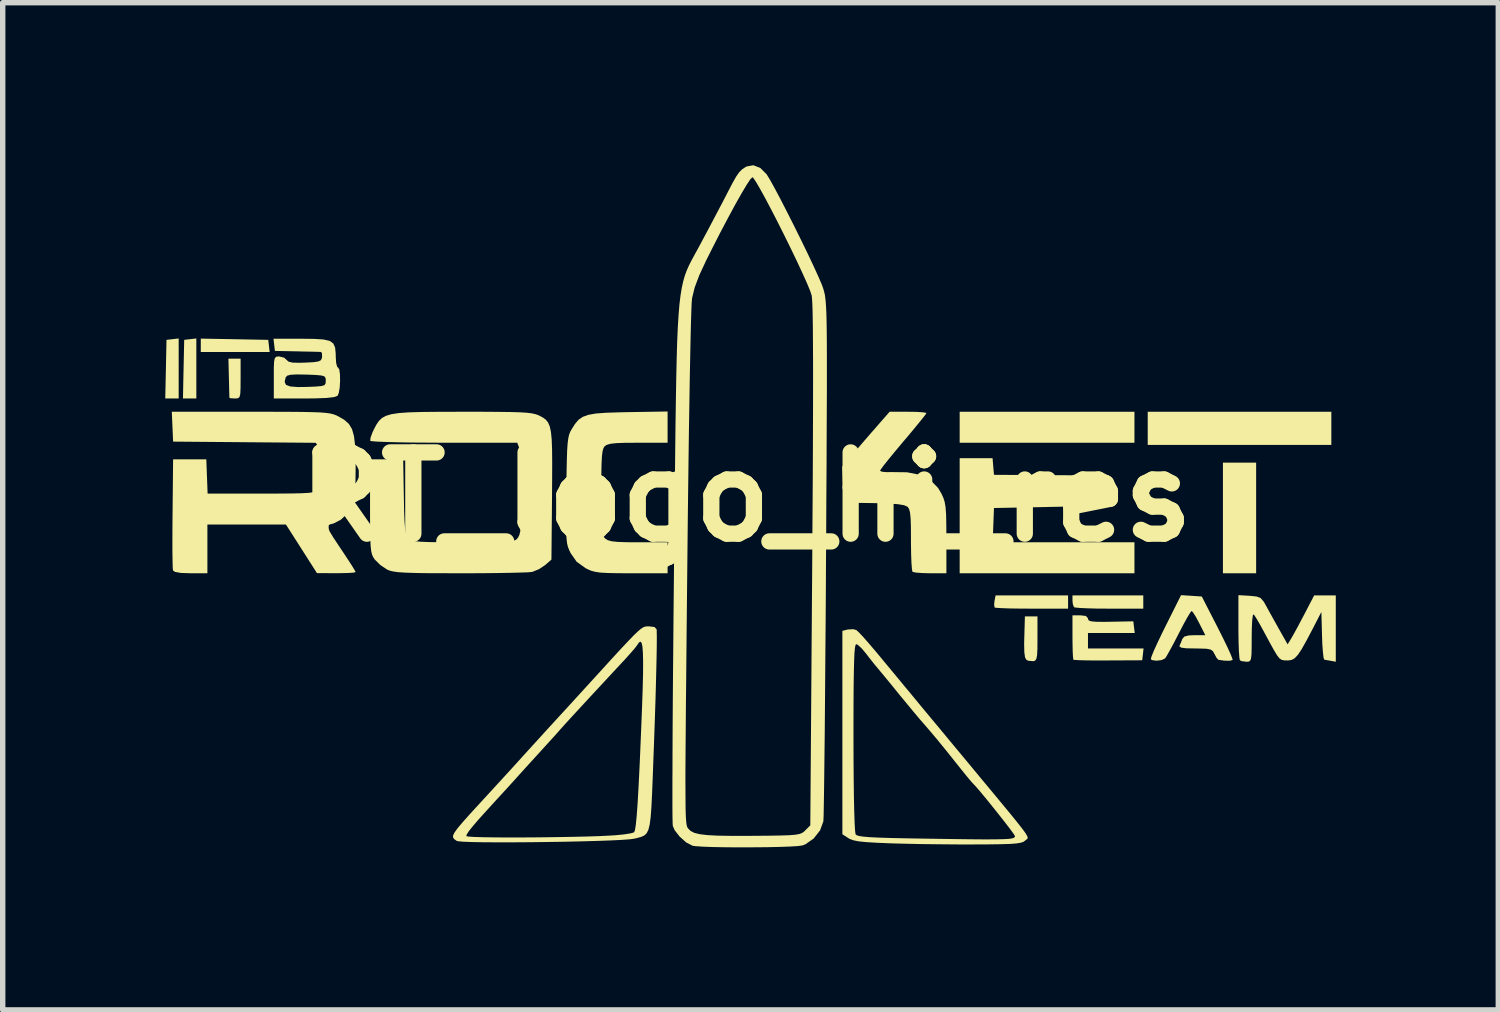
<source format=kicad_pcb>
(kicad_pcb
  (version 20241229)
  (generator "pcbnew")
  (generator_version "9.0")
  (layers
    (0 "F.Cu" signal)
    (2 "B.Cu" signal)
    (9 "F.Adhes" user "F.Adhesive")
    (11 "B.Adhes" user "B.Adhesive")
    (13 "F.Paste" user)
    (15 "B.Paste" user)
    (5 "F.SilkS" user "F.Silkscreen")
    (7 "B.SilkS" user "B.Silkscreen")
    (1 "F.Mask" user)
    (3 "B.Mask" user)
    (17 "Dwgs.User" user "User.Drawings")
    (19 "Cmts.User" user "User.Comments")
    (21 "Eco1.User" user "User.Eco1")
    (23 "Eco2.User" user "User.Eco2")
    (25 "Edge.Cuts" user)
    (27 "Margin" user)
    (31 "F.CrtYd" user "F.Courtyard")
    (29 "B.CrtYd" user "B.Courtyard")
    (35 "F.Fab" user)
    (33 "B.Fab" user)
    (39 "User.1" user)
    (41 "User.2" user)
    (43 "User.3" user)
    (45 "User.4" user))
  (footprint "RT_logo_hi_res"
    (layer "F.Cu")
    (at 10.722 6.122)
    (property "Reference" "RT_logo_hi_res" (at 0 0 0) (layer "F.SilkS") (effects (font (size 1.5 1.5) (thickness 0.3))))
    (attr board_only exclude_from_pos_files exclude_from_bom)
    (fp_poly (pts (xy -10.474 -2.371) (xy -10.474 -1.817) (xy -10.598 -1.817) (xy -10.722 -1.817) (xy -10.71 -2.358) (xy -10.699 -2.899) (xy -10.587 -2.912) (xy -10.474 -2.925)) (stroke (width 0) (type solid)) (fill yes) (layer "F.SilkS"))
    (fp_poly (pts (xy -10.148 -2.371) (xy -10.148 -1.817) (xy -10.271 -1.817) (xy -10.395 -1.817) (xy -10.384 -2.358) (xy -10.372 -2.899) (xy -10.26 -2.912) (xy -10.148 -2.925)) (stroke (width 0) (type solid)) (fill yes) (layer "F.SilkS"))
    (fp_poly (pts (xy -9.443 -2.911) (xy -8.821 -2.899) (xy -8.808 -2.787) (xy -8.795 -2.675) (xy -9.43 -2.675) (xy -10.066 -2.675) (xy -10.066 -2.798) (xy -10.066 -2.922)) (stroke (width 0) (type solid)) (fill yes) (layer "F.SilkS"))
    (fp_poly (pts (xy 7.167 -1.286) (xy 7.167 -1) (xy 5.554 -1) (xy 3.941 -1) (xy 3.941 -1.286) (xy 3.941 -1.572) (xy 5.554 -1.572) (xy 7.167 -1.572)) (stroke (width 0) (type solid)) (fill yes) (layer "F.SilkS"))
    (fp_poly (pts (xy 9.413 0.388) (xy 9.413 1.409) (xy 9.106 1.409) (xy 8.8 1.409) (xy 8.8 0.388) (xy 8.8 -0.633) (xy 9.106 -0.633) (xy 9.413 -0.633)) (stroke (width 0) (type solid)) (fill yes) (layer "F.SilkS"))
    (fp_poly (pts (xy 10.801 -1.266) (xy 10.801 -0.96) (xy 9.106 -0.96) (xy 7.412 -0.96) (xy 7.412 -1.266) (xy 7.412 -1.572) (xy 9.106 -1.572) (xy 10.801 -1.572)) (stroke (width 0) (type solid)) (fill yes) (layer "F.SilkS"))
    (fp_poly (pts (xy 5.942 1.94) (xy 5.942 2.062) (xy 5.275 2.062) (xy 5.05 2.061) (xy 4.854 2.058) (xy 4.703 2.052) (xy 4.609 2.046) (xy 4.586 2.041) (xy 4.577 1.989) (xy 4.584 1.918) (xy 4.604 1.817) (xy 5.273 1.817) (xy 5.942 1.817)) (stroke (width 0) (type solid)) (fill yes) (layer "F.SilkS"))
    (fp_poly (pts (xy 7.33 1.94) (xy 7.33 2.062) (xy 6.704 2.062) (xy 6.486 2.061) (xy 6.297 2.056) (xy 6.152 2.049) (xy 6.067 2.04) (xy 6.051 2.035) (xy 6.029 1.977) (xy 6.023 1.912) (xy 6.023 1.817) (xy 6.677 1.817) (xy 7.33 1.817)) (stroke (width 0) (type solid)) (fill yes) (layer "F.SilkS"))
    (fp_poly (pts (xy 5.377 2.614) (xy 5.376 2.801) (xy 5.37 2.921) (xy 5.356 2.99) (xy 5.333 3.022) (xy 5.302 3.032) (xy 5.21 3.024) (xy 5.174 3.008) (xy 5.148 2.964) (xy 5.134 2.864) (xy 5.131 2.7) (xy 5.134 2.59) (xy 5.145 2.205) (xy 5.261 2.205) (xy 5.377 2.205)) (stroke (width 0) (type solid)) (fill yes) (layer "F.SilkS"))
    (fp_poly (pts (xy -9.443 -2.552) (xy -9.331 -2.552) (xy -9.331 -2.185) (xy -9.332 -2.011) (xy -9.337 -1.903) (xy -9.351 -1.845) (xy -9.379 -1.822) (xy -9.424 -1.817) (xy -9.433 -1.817) (xy -9.511 -1.821) (xy -9.537 -1.827) (xy -9.539 -1.87) (xy -9.542 -1.975) (xy -9.545 -2.123) (xy -9.547 -2.195) (xy -9.556 -2.552)) (stroke (width 0) (type solid)) (fill yes) (layer "F.SilkS"))
    (fp_poly (pts (xy 4.561 -0.561) (xy 4.574 -0.408) (xy 5.635 -0.402) (xy 6.697 -0.396) (xy 6.697 -0.116) (xy 6.697 0.163) (xy 5.635 0.184) (xy 4.574 0.204) (xy 4.562 0.521) (xy 4.55 0.837) (xy 5.858 0.837) (xy 7.167 0.837) (xy 7.167 1.123) (xy 7.167 1.409) (xy 5.554 1.409) (xy 3.941 1.409) (xy 3.941 0.347) (xy 3.941 -0.715) (xy 4.244 -0.715) (xy 4.548 -0.715)) (stroke (width 0) (type solid)) (fill yes) (layer "F.SilkS"))
    (fp_poly (pts (xy 6.27 2.197) (xy 6.308 2.238) (xy 6.309 2.248) (xy 6.32 2.277) (xy 6.363 2.295) (xy 6.451 2.304) (xy 6.598 2.306) (xy 6.728 2.304) (xy 7.146 2.296) (xy 7.159 2.404) (xy 7.172 2.511) (xy 6.741 2.511) (xy 6.309 2.511) (xy 6.309 2.654) (xy 6.309 2.797) (xy 6.822 2.797) (xy 7.335 2.797) (xy 7.323 2.906) (xy 7.31 3.015) (xy 6.684 3.018) (xy 6.466 3.019) (xy 6.279 3.017) (xy 6.138 3.013) (xy 6.055 3.008) (xy 6.04 3.005) (xy 6.033 2.959) (xy 6.027 2.851) (xy 6.024 2.697) (xy 6.023 2.586) (xy 6.023 2.185) (xy 6.166 2.185)) (stroke (width 0) (type solid)) (fill yes) (layer "F.SilkS"))
    (fp_poly (pts (xy 8.218 1.825) (xy 8.41 1.838) (xy 8.703 2.409) (xy 8.802 2.606) (xy 8.885 2.777) (xy 8.945 2.91) (xy 8.976 2.991) (xy 8.979 3.009) (xy 8.929 3.024) (xy 8.826 3.022) (xy 8.715 3.006) (xy 8.682 2.97) (xy 8.644 2.899) (xy 8.615 2.847) (xy 8.572 2.817) (xy 8.497 2.802) (xy 8.368 2.798) (xy 8.287 2.797) (xy 8.124 2.794) (xy 8.031 2.782) (xy 7.998 2.76) (xy 8 2.746) (xy 8.035 2.663) (xy 8.049 2.624) (xy 8.087 2.578) (xy 8.17 2.556) (xy 8.275 2.552) (xy 8.475 2.552) (xy 8.362 2.329) (xy 8.299 2.211) (xy 8.247 2.13) (xy 8.223 2.104) (xy 8.195 2.138) (xy 8.139 2.23) (xy 8.064 2.367) (xy 7.984 2.522) (xy 7.896 2.692) (xy 7.818 2.836) (xy 7.76 2.939) (xy 7.732 2.981) (xy 7.666 3.012) (xy 7.573 3.023) (xy 7.492 3.012) (xy 7.469 2.995) (xy 7.48 2.95) (xy 7.522 2.845) (xy 7.591 2.694) (xy 7.679 2.51) (xy 7.739 2.389) (xy 8.027 1.813)) (stroke (width 0) (type solid)) (fill yes) (layer "F.SilkS"))
    (fp_poly (pts (xy 3.143 -1.57) (xy 3.261 -1.562) (xy 3.323 -1.552) (xy 3.328 -1.548) (xy 3.303 -1.51) (xy 3.233 -1.422) (xy 3.128 -1.293) (xy 2.997 -1.135) (xy 2.899 -1.02) (xy 2.755 -0.848) (xy 2.631 -0.697) (xy 2.537 -0.579) (xy 2.482 -0.503) (xy 2.471 -0.483) (xy 2.507 -0.465) (xy 2.6 -0.457) (xy 2.665 -0.459) (xy 2.97 -0.455) (xy 3.212 -0.407) (xy 3.4 -0.312) (xy 3.542 -0.166) (xy 3.604 -0.062) (xy 3.639 0.014) (xy 3.664 0.091) (xy 3.68 0.185) (xy 3.69 0.311) (xy 3.694 0.485) (xy 3.696 0.723) (xy 3.696 0.764) (xy 3.696 1.409) (xy 3.396 1.409) (xy 3.247 1.405) (xy 3.131 1.396) (xy 3.072 1.383) (xy 3.07 1.382) (xy 3.06 1.333) (xy 3.051 1.218) (xy 3.045 1.053) (xy 3.042 0.854) (xy 3.042 0.794) (xy 3.041 0.563) (xy 3.036 0.4) (xy 3.025 0.292) (xy 3.008 0.225) (xy 2.982 0.185) (xy 2.975 0.179) (xy 2.915 0.153) (xy 2.801 0.134) (xy 2.625 0.122) (xy 2.376 0.114) (xy 2.352 0.114) (xy 1.797 0.106) (xy 1.785 -0.226) (xy 1.773 -0.558) (xy 2.005 -0.831) (xy 2.145 -0.995) (xy 2.298 -1.172) (xy 2.433 -1.326) (xy 2.442 -1.337) (xy 2.648 -1.572) (xy 2.988 -1.572)) (stroke (width 0) (type solid)) (fill yes) (layer "F.SilkS"))
    (fp_poly (pts (xy 9.295 1.825) (xy 9.421 1.838) (xy 9.497 1.867) (xy 9.553 1.933) (xy 9.592 2.001) (xy 9.657 2.12) (xy 9.744 2.276) (xy 9.834 2.438) (xy 9.837 2.443) (xy 9.994 2.721) (xy 10.064 2.606) (xy 10.114 2.518) (xy 10.189 2.381) (xy 10.274 2.22) (xy 10.309 2.154) (xy 10.484 1.817) (xy 10.683 1.817) (xy 10.883 1.817) (xy 10.883 2.429) (xy 10.883 3.042) (xy 10.791 3.025) (xy 10.706 3.01) (xy 10.67 3.004) (xy 10.657 2.965) (xy 10.645 2.861) (xy 10.634 2.709) (xy 10.629 2.562) (xy 10.617 2.123) (xy 10.46 2.428) (xy 10.343 2.65) (xy 10.254 2.809) (xy 10.183 2.915) (xy 10.124 2.978) (xy 10.068 3.009) (xy 10.005 3.018) (xy 9.981 3.018) (xy 9.926 3.016) (xy 9.882 3.006) (xy 9.842 2.978) (xy 9.797 2.92) (xy 9.738 2.822) (xy 9.656 2.673) (xy 9.556 2.487) (xy 9.48 2.348) (xy 9.414 2.236) (xy 9.372 2.172) (xy 9.368 2.166) (xy 9.352 2.187) (xy 9.34 2.28) (xy 9.333 2.435) (xy 9.331 2.585) (xy 9.33 2.783) (xy 9.327 2.914) (xy 9.317 2.991) (xy 9.298 3.029) (xy 9.267 3.041) (xy 9.236 3.042) (xy 9.15 3.032) (xy 9.113 3.015) (xy 9.104 2.967) (xy 9.095 2.852) (xy 9.089 2.686) (xy 9.086 2.484) (xy 9.086 2.4) (xy 9.086 1.813)) (stroke (width 0) (type solid)) (fill yes) (layer "F.SilkS"))
    (fp_poly (pts (xy -1.45 -1.289) (xy -1.45 -1) (xy -1.998 -1) (xy -2.231 -0.999) (xy -2.396 -0.993) (xy -2.505 -0.981) (xy -2.573 -0.961) (xy -2.611 -0.936) (xy -2.633 -0.902) (xy -2.65 -0.844) (xy -2.662 -0.751) (xy -2.669 -0.611) (xy -2.673 -0.415) (xy -2.675 -0.15) (xy -2.675 -0.085) (xy -2.674 0.19) (xy -2.672 0.395) (xy -2.666 0.541) (xy -2.656 0.641) (xy -2.642 0.706) (xy -2.621 0.746) (xy -2.6 0.77) (xy -2.555 0.798) (xy -2.484 0.818) (xy -2.374 0.83) (xy -2.21 0.836) (xy -1.988 0.837) (xy -1.45 0.837) (xy -1.45 1.123) (xy -1.45 1.409) (xy -2.117 1.409) (xy -2.369 1.408) (xy -2.555 1.404) (xy -2.689 1.397) (xy -2.788 1.382) (xy -2.865 1.361) (xy -2.937 1.329) (xy -2.964 1.315) (xy -3.129 1.196) (xy -3.238 1.04) (xy -3.267 0.98) (xy -3.29 0.921) (xy -3.306 0.852) (xy -3.316 0.762) (xy -3.322 0.639) (xy -3.325 0.471) (xy -3.324 0.247) (xy -3.321 -0.044) (xy -3.32 -0.123) (xy -3.315 -0.434) (xy -3.31 -0.675) (xy -3.304 -0.857) (xy -3.295 -0.99) (xy -3.282 -1.086) (xy -3.266 -1.155) (xy -3.244 -1.209) (xy -3.226 -1.241) (xy -3.161 -1.344) (xy -3.096 -1.422) (xy -3.018 -1.477) (xy -2.914 -1.515) (xy -2.773 -1.54) (xy -2.581 -1.554) (xy -2.325 -1.562) (xy -2.182 -1.565) (xy -1.45 -1.577)) (stroke (width 0) (type solid)) (fill yes) (layer "F.SilkS"))
    (fp_poly (pts (xy -7.972 -2.917) (xy -7.801 -2.906) (xy -7.687 -2.88) (xy -7.62 -2.832) (xy -7.587 -2.758) (xy -7.576 -2.65) (xy -7.575 -2.59) (xy -7.568 -2.475) (xy -7.549 -2.402) (xy -7.534 -2.389) (xy -7.51 -2.353) (xy -7.497 -2.262) (xy -7.495 -2.141) (xy -7.502 -2.017) (xy -7.52 -1.916) (xy -7.542 -1.866) (xy -7.605 -1.843) (xy -7.74 -1.827) (xy -7.951 -1.819) (xy -8.155 -1.817) (xy -8.718 -1.817) (xy -8.718 -2.123) (xy -8.518 -2.123) (xy -8.494 -2.069) (xy -8.415 -2.039) (xy -8.273 -2.028) (xy -8.117 -2.03) (xy -7.946 -2.037) (xy -7.84 -2.046) (xy -7.784 -2.063) (xy -7.763 -2.094) (xy -7.759 -2.142) (xy -7.759 -2.144) (xy -7.762 -2.193) (xy -7.783 -2.224) (xy -7.837 -2.241) (xy -7.941 -2.251) (xy -8.11 -2.258) (xy -8.117 -2.258) (xy -8.295 -2.261) (xy -8.408 -2.255) (xy -8.471 -2.238) (xy -8.498 -2.208) (xy -8.499 -2.207) (xy -8.518 -2.123) (xy -8.718 -2.123) (xy -8.718 -2.205) (xy -8.718 -2.385) (xy -8.713 -2.498) (xy -8.7 -2.56) (xy -8.675 -2.587) (xy -8.634 -2.593) (xy -8.618 -2.593) (xy -8.527 -2.57) (xy -8.483 -2.53) (xy -8.446 -2.497) (xy -8.372 -2.479) (xy -8.243 -2.476) (xy -8.144 -2.479) (xy -7.988 -2.487) (xy -7.896 -2.5) (xy -7.849 -2.524) (xy -7.83 -2.565) (xy -7.827 -2.583) (xy -7.83 -2.655) (xy -7.848 -2.676) (xy -7.901 -2.678) (xy -8.016 -2.681) (xy -8.174 -2.684) (xy -8.29 -2.687) (xy -8.698 -2.695) (xy -8.711 -2.807) (xy -8.724 -2.92) (xy -8.214 -2.92)) (stroke (width 0) (type solid)) (fill yes) (layer "F.SilkS"))
    (fp_poly (pts (xy -8.763 -1.572) (xy -8.452 -1.571) (xy -8.204 -1.569) (xy -8.012 -1.565) (xy -7.865 -1.56) (xy -7.757 -1.551) (xy -7.677 -1.54) (xy -7.617 -1.525) (xy -7.568 -1.507) (xy -7.531 -1.489) (xy -7.417 -1.423) (xy -7.333 -1.348) (xy -7.275 -1.252) (xy -7.238 -1.122) (xy -7.217 -0.944) (xy -7.209 -0.705) (xy -7.208 -0.538) (xy -7.211 -0.283) (xy -7.22 -0.075) (xy -7.234 0.075) (xy -7.253 0.155) (xy -7.253 0.156) (xy -7.354 0.302) (xy -7.482 0.421) (xy -7.611 0.488) (xy -7.625 0.492) (xy -7.682 0.507) (xy -7.713 0.529) (xy -7.716 0.57) (xy -7.686 0.64) (xy -7.619 0.75) (xy -7.511 0.913) (xy -7.454 0.998) (xy -7.354 1.149) (xy -7.273 1.274) (xy -7.222 1.359) (xy -7.208 1.387) (xy -7.245 1.397) (xy -7.346 1.404) (xy -7.492 1.407) (xy -7.565 1.408) (xy -7.922 1.406) (xy -8.208 0.958) (xy -8.494 0.51) (xy -9.219 0.51) (xy -9.944 0.51) (xy -9.944 0.96) (xy -9.944 1.409) (xy -10.251 1.409) (xy -10.435 1.403) (xy -10.543 1.383) (xy -10.579 1.357) (xy -10.584 1.303) (xy -10.587 1.18) (xy -10.59 0.998) (xy -10.59 0.77) (xy -10.589 0.508) (xy -10.587 0.305) (xy -10.577 -0.694) (xy -10.27 -0.694) (xy -9.964 -0.694) (xy -9.952 -0.378) (xy -9.94 -0.061) (xy -8.946 -0.061) (xy -8.632 -0.062) (xy -8.388 -0.064) (xy -8.207 -0.068) (xy -8.078 -0.075) (xy -7.992 -0.086) (xy -7.937 -0.1) (xy -7.905 -0.12) (xy -7.897 -0.128) (xy -7.858 -0.219) (xy -7.833 -0.363) (xy -7.823 -0.532) (xy -7.829 -0.699) (xy -7.852 -0.836) (xy -7.877 -0.898) (xy -7.944 -0.999) (xy -9.26 -1.01) (xy -10.577 -1.021) (xy -10.589 -1.297) (xy -10.601 -1.572) (xy -9.148 -1.572)) (stroke (width 0) (type solid)) (fill yes) (layer "F.SilkS"))
    (fp_poly (pts (xy -4.866 -1.572) (xy -4.577 -1.57) (xy -4.352 -1.567) (xy -4.179 -1.562) (xy -4.051 -1.554) (xy -3.958 -1.543) (xy -3.89 -1.528) (xy -3.838 -1.51) (xy -3.819 -1.501) (xy -3.751 -1.465) (xy -3.697 -1.425) (xy -3.656 -1.374) (xy -3.625 -1.302) (xy -3.603 -1.199) (xy -3.589 -1.058) (xy -3.582 -0.868) (xy -3.58 -0.622) (xy -3.581 -0.309) (xy -3.583 -0.034) (xy -3.594 1.157) (xy -3.712 1.259) (xy -3.825 1.334) (xy -3.943 1.382) (xy -3.952 1.384) (xy -4.023 1.391) (xy -4.164 1.396) (xy -4.364 1.401) (xy -4.612 1.405) (xy -4.895 1.408) (xy -5.203 1.409) (xy -5.283 1.409) (xy -5.636 1.408) (xy -5.916 1.407) (xy -6.134 1.403) (xy -6.299 1.397) (xy -6.421 1.389) (xy -6.509 1.377) (xy -6.574 1.362) (xy -6.624 1.342) (xy -6.633 1.337) (xy -6.753 1.256) (xy -6.853 1.157) (xy -6.858 1.151) (xy -6.886 1.108) (xy -6.907 1.058) (xy -6.922 0.99) (xy -6.932 0.892) (xy -6.938 0.752) (xy -6.941 0.559) (xy -6.942 0.3) (xy -6.942 0.171) (xy -6.942 -0.694) (xy -6.636 -0.694) (xy -6.33 -0.694) (xy -6.318 -0.002) (xy -6.313 0.261) (xy -6.305 0.455) (xy -6.295 0.591) (xy -6.279 0.681) (xy -6.258 0.738) (xy -6.241 0.764) (xy -6.213 0.787) (xy -6.172 0.805) (xy -6.106 0.818) (xy -6.006 0.827) (xy -5.861 0.833) (xy -5.66 0.836) (xy -5.393 0.837) (xy -5.223 0.837) (xy -4.921 0.837) (xy -4.689 0.836) (xy -4.519 0.832) (xy -4.399 0.826) (xy -4.319 0.816) (xy -4.268 0.801) (xy -4.236 0.781) (xy -4.213 0.754) (xy -4.208 0.746) (xy -4.185 0.698) (xy -4.167 0.623) (xy -4.156 0.51) (xy -4.149 0.347) (xy -4.145 0.122) (xy -4.145 -0.068) (xy -4.147 -0.31) (xy -4.153 -0.53) (xy -4.162 -0.712) (xy -4.174 -0.841) (xy -4.185 -0.896) (xy -4.225 -1) (xy -5.571 -1) (xy -5.894 -1.002) (xy -6.191 -1.004) (xy -6.452 -1.009) (xy -6.666 -1.015) (xy -6.825 -1.022) (xy -6.918 -1.03) (xy -6.938 -1.035) (xy -6.934 -1.089) (xy -6.899 -1.187) (xy -6.869 -1.25) (xy -6.825 -1.334) (xy -6.779 -1.402) (xy -6.723 -1.456) (xy -6.649 -1.497) (xy -6.548 -1.527) (xy -6.41 -1.548) (xy -6.227 -1.561) (xy -5.991 -1.568) (xy -5.693 -1.571) (xy -5.324 -1.572) (xy -5.227 -1.572)) (stroke (width 0) (type solid)) (fill yes) (layer "F.SilkS"))
    (fp_poly (pts (xy 2.034 2.457) (xy 2.081 2.5) (xy 2.168 2.593) (xy 2.283 2.725) (xy 2.416 2.881) (xy 2.448 2.92) (xy 2.593 3.095) (xy 2.732 3.262) (xy 2.85 3.405) (xy 2.932 3.505) (xy 2.938 3.512) (xy 2.995 3.58) (xy 3.097 3.703) (xy 3.237 3.873) (xy 3.41 4.081) (xy 3.608 4.319) (xy 3.824 4.58) (xy 4.053 4.855) (xy 4.069 4.874) (xy 4.345 5.208) (xy 4.575 5.484) (xy 4.76 5.708) (xy 4.907 5.886) (xy 5.018 6.024) (xy 5.099 6.127) (xy 5.152 6.2) (xy 5.183 6.251) (xy 5.196 6.283) (xy 5.194 6.304) (xy 5.182 6.317) (xy 5.164 6.331) (xy 5.15 6.343) (xy 5.118 6.366) (xy 5.067 6.383) (xy 4.986 6.396) (xy 4.865 6.405) (xy 4.692 6.41) (xy 4.458 6.413) (xy 4.215 6.414) (xy 3.898 6.414) (xy 3.555 6.411) (xy 3.212 6.407) (xy 2.899 6.4) (xy 2.673 6.394) (xy 2.409 6.383) (xy 2.213 6.371) (xy 2.074 6.357) (xy 1.977 6.337) (xy 1.911 6.312) (xy 1.887 6.298) (xy 1.776 6.226) (xy 1.776 4.441) (xy 1.981 4.441) (xy 1.982 4.848) (xy 1.985 5.216) (xy 1.989 5.537) (xy 1.995 5.806) (xy 2.002 6.014) (xy 2.01 6.156) (xy 2.019 6.224) (xy 2.02 6.227) (xy 2.042 6.245) (xy 2.087 6.259) (xy 2.163 6.27) (xy 2.28 6.28) (xy 2.444 6.288) (xy 2.663 6.295) (xy 2.946 6.301) (xy 3.3 6.307) (xy 3.439 6.309) (xy 3.832 6.315) (xy 4.152 6.319) (xy 4.405 6.321) (xy 4.599 6.32) (xy 4.742 6.317) (xy 4.842 6.312) (xy 4.906 6.303) (xy 4.943 6.291) (xy 4.958 6.276) (xy 4.962 6.26) (xy 4.937 6.219) (xy 4.872 6.13) (xy 4.776 6.005) (xy 4.661 5.859) (xy 4.538 5.705) (xy 4.418 5.557) (xy 4.312 5.429) (xy 4.23 5.335) (xy 4.185 5.288) (xy 4.151 5.25) (xy 4.076 5.161) (xy 3.972 5.032) (xy 3.848 4.877) (xy 3.818 4.839) (xy 3.674 4.659) (xy 3.531 4.484) (xy 3.405 4.334) (xy 3.313 4.227) (xy 3.311 4.224) (xy 3.216 4.116) (xy 3.089 3.965) (xy 2.947 3.793) (xy 2.831 3.653) (xy 2.701 3.492) (xy 2.582 3.347) (xy 2.487 3.232) (xy 2.433 3.168) (xy 2.358 3.077) (xy 2.262 2.956) (xy 2.215 2.894) (xy 2.132 2.795) (xy 2.061 2.731) (xy 2.032 2.717) (xy 2.019 2.733) (xy 2.008 2.786) (xy 1.999 2.882) (xy 1.993 3.026) (xy 1.988 3.226) (xy 1.984 3.486) (xy 1.982 3.813) (xy 1.981 4.213) (xy 1.981 4.441) (xy 1.776 4.441) (xy 1.776 4.349) (xy 1.776 2.472) (xy 1.875 2.447) (xy 1.975 2.441)) (stroke (width 0) (type solid)) (fill yes) (layer "F.SilkS"))
    (fp_poly (pts (xy -1.793 2.389) (xy -1.692 2.401) (xy -1.653 2.443) (xy -1.651 2.46) (xy -1.649 2.582) (xy -1.65 2.777) (xy -1.655 3.04) (xy -1.663 3.362) (xy -1.673 3.736) (xy -1.687 4.155) (xy -1.703 4.611) (xy -1.711 4.814) (xy -1.725 5.191) (xy -1.737 5.494) (xy -1.749 5.733) (xy -1.763 5.916) (xy -1.781 6.05) (xy -1.805 6.145) (xy -1.837 6.208) (xy -1.879 6.248) (xy -1.932 6.273) (xy -1.999 6.292) (xy -2.061 6.307) (xy -2.144 6.319) (xy -2.295 6.33) (xy -2.501 6.34) (xy -2.752 6.349) (xy -3.036 6.357) (xy -3.344 6.364) (xy -3.664 6.369) (xy -3.984 6.373) (xy -4.295 6.375) (xy -4.585 6.375) (xy -4.843 6.374) (xy -5.059 6.37) (xy -5.22 6.364) (xy -5.317 6.355) (xy -5.339 6.35) (xy -5.382 6.321) (xy -5.408 6.291) (xy -5.41 6.26) (xy -5.166 6.26) (xy -5.127 6.269) (xy -5.017 6.276) (xy -4.849 6.281) (xy -4.632 6.284) (xy -4.378 6.286) (xy -4.098 6.285) (xy -3.804 6.283) (xy -3.506 6.279) (xy -3.216 6.274) (xy -2.944 6.268) (xy -2.703 6.26) (xy -2.503 6.25) (xy -2.407 6.244) (xy -2.257 6.229) (xy -2.136 6.21) (xy -2.071 6.192) (xy -2.07 6.191) (xy -2.053 6.153) (xy -2.037 6.056) (xy -2.021 5.895) (xy -2.004 5.667) (xy -1.987 5.368) (xy -1.968 4.993) (xy -1.96 4.816) (xy -1.939 4.316) (xy -1.922 3.894) (xy -1.91 3.543) (xy -1.903 3.259) (xy -1.902 3.037) (xy -1.906 2.872) (xy -1.915 2.759) (xy -1.93 2.693) (xy -1.951 2.671) (xy -1.977 2.685) (xy -2.009 2.732) (xy -2.051 2.788) (xy -2.134 2.884) (xy -2.24 3.002) (xy -2.266 3.03) (xy -2.469 3.248) (xy -2.673 3.468) (xy -2.869 3.679) (xy -3.049 3.874) (xy -3.204 4.042) (xy -3.325 4.174) (xy -3.403 4.261) (xy -3.423 4.283) (xy -3.48 4.348) (xy -3.578 4.457) (xy -3.702 4.593) (xy -3.811 4.713) (xy -3.943 4.858) (xy -4.061 4.987) (xy -4.149 5.085) (xy -4.19 5.13) (xy -4.242 5.188) (xy -4.336 5.292) (xy -4.459 5.427) (xy -4.598 5.578) (xy -4.603 5.583) (xy -4.801 5.801) (xy -4.95 5.966) (xy -5.054 6.088) (xy -5.121 6.172) (xy -5.156 6.228) (xy -5.166 6.26) (xy -5.41 6.26) (xy -5.411 6.253) (xy -5.385 6.197) (xy -5.327 6.116) (xy -5.23 6.001) (xy -5.089 5.843) (xy -4.899 5.636) (xy -4.856 5.589) (xy -4.717 5.438) (xy -4.596 5.306) (xy -4.504 5.206) (xy -4.455 5.152) (xy -4.451 5.148) (xy -4.41 5.103) (xy -4.325 5.01) (xy -4.207 4.88) (xy -4.067 4.725) (xy -4.003 4.655) (xy -3.839 4.475) (xy -3.678 4.298) (xy -3.535 4.142) (xy -3.426 4.023) (xy -3.407 4.002) (xy -3.289 3.874) (xy -3.144 3.715) (xy -2.996 3.553) (xy -2.957 3.51) (xy -2.693 3.221) (xy -2.479 2.986) (xy -2.308 2.8) (xy -2.174 2.658) (xy -2.072 2.552) (xy -1.995 2.479) (xy -1.938 2.431) (xy -1.895 2.404) (xy -1.859 2.392) (xy -1.825 2.389)) (stroke (width 0) (type solid)) (fill yes) (layer "F.SilkS"))
    (fp_poly (pts (xy 0.26 -6.073) (xy 0.376 -5.957) (xy 0.378 -5.955) (xy 0.437 -5.859) (xy 0.524 -5.702) (xy 0.632 -5.499) (xy 0.753 -5.263) (xy 0.882 -5.008) (xy 1.011 -4.747) (xy 1.134 -4.495) (xy 1.243 -4.264) (xy 1.332 -4.069) (xy 1.395 -3.923) (xy 1.417 -3.863) (xy 1.43 -3.822) (xy 1.441 -3.781) (xy 1.452 -3.735) (xy 1.46 -3.679) (xy 1.468 -3.608) (xy 1.474 -3.519) (xy 1.48 -3.406) (xy 1.484 -3.264) (xy 1.487 -3.09) (xy 1.489 -2.879) (xy 1.49 -2.625) (xy 1.49 -2.324) (xy 1.49 -1.972) (xy 1.488 -1.564) (xy 1.486 -1.096) (xy 1.484 -0.562) (xy 1.48 0.042) (xy 1.477 0.72) (xy 1.474 1.119) (xy 1.471 1.736) (xy 1.467 2.332) (xy 1.462 2.902) (xy 1.458 3.44) (xy 1.454 3.941) (xy 1.45 4.4) (xy 1.445 4.812) (xy 1.441 5.17) (xy 1.437 5.471) (xy 1.433 5.708) (xy 1.43 5.877) (xy 1.426 5.972) (xy 1.425 5.989) (xy 1.364 6.155) (xy 1.246 6.305) (xy 1.095 6.411) (xy 1.037 6.433) (xy 0.956 6.444) (xy 0.81 6.453) (xy 0.612 6.46) (xy 0.378 6.465) (xy 0.123 6.467) (xy -0.137 6.468) (xy -0.389 6.466) (xy -0.615 6.462) (xy -0.803 6.455) (xy -0.935 6.446) (xy -0.99 6.438) (xy -1.108 6.376) (xy -1.227 6.27) (xy -1.321 6.149) (xy -1.354 6.072) (xy -1.357 6.018) (xy -1.36 5.887) (xy -1.361 5.685) (xy -1.361 5.418) (xy -1.361 5.203) (xy -1.121 5.203) (xy -1.12 5.421) (xy -1.119 5.599) (xy -1.118 5.741) (xy -1.115 5.853) (xy -1.111 5.938) (xy -1.106 6.001) (xy -1.1 6.045) (xy -1.094 6.076) (xy -1.086 6.096) (xy -1.077 6.111) (xy -1.07 6.121) (xy -1.025 6.165) (xy -0.958 6.2) (xy -0.857 6.225) (xy -0.715 6.242) (xy -0.522 6.252) (xy -0.267 6.256) (xy 0.057 6.256) (xy 0.132 6.255) (xy 0.419 6.253) (xy 0.636 6.249) (xy 0.795 6.244) (xy 0.906 6.235) (xy 0.98 6.222) (xy 1.03 6.204) (xy 1.066 6.179) (xy 1.091 6.155) (xy 1.184 6.062) (xy 1.219 1.275) (xy 1.224 0.458) (xy 1.229 -0.28) (xy 1.232 -0.94) (xy 1.234 -1.524) (xy 1.235 -2.035) (xy 1.235 -2.474) (xy 1.233 -2.844) (xy 1.231 -3.147) (xy 1.227 -3.384) (xy 1.222 -3.557) (xy 1.215 -3.67) (xy 1.21 -3.716) (xy 1.181 -3.804) (xy 1.122 -3.947) (xy 1.039 -4.131) (xy 0.938 -4.348) (xy 0.824 -4.585) (xy 0.703 -4.831) (xy 0.58 -5.076) (xy 0.46 -5.309) (xy 0.35 -5.517) (xy 0.254 -5.691) (xy 0.179 -5.819) (xy 0.13 -5.89) (xy 0.116 -5.901) (xy 0.079 -5.865) (xy 0.012 -5.765) (xy -0.083 -5.606) (xy -0.2 -5.399) (xy -0.335 -5.149) (xy -0.484 -4.867) (xy -0.641 -4.558) (xy -0.736 -4.369) (xy -0.865 -4.092) (xy -0.95 -3.866) (xy -0.997 -3.674) (xy -1 -3.651) (xy -1.006 -3.574) (xy -1.012 -3.422) (xy -1.019 -3.199) (xy -1.026 -2.912) (xy -1.033 -2.567) (xy -1.041 -2.17) (xy -1.048 -1.727) (xy -1.056 -1.243) (xy -1.063 -0.724) (xy -1.07 -0.176) (xy -1.077 0.394) (xy -1.081 0.776) (xy -1.089 1.538) (xy -1.096 2.223) (xy -1.102 2.835) (xy -1.107 3.377) (xy -1.112 3.855) (xy -1.115 4.272) (xy -1.118 4.633) (xy -1.12 4.942) (xy -1.121 5.203) (xy -1.361 5.203) (xy -1.36 5.089) (xy -1.359 4.705) (xy -1.357 4.27) (xy -1.354 3.791) (xy -1.35 3.271) (xy -1.345 2.717) (xy -1.34 2.133) (xy -1.334 1.525) (xy -1.331 1.209) (xy -1.323 0.464) (xy -1.316 -0.205) (xy -1.31 -0.801) (xy -1.304 -1.33) (xy -1.297 -1.797) (xy -1.29 -2.207) (xy -1.282 -2.563) (xy -1.273 -2.871) (xy -1.261 -3.137) (xy -1.247 -3.363) (xy -1.231 -3.557) (xy -1.211 -3.721) (xy -1.188 -3.861) (xy -1.161 -3.983) (xy -1.13 -4.09) (xy -1.094 -4.187) (xy -1.052 -4.28) (xy -1.005 -4.372) (xy -0.952 -4.47) (xy -0.893 -4.577) (xy -0.827 -4.699) (xy -0.827 -4.7) (xy -0.704 -4.93) (xy -0.578 -5.169) (xy -0.461 -5.391) (xy -0.366 -5.573) (xy -0.345 -5.615) (xy -0.251 -5.795) (xy -0.182 -5.917) (xy -0.126 -5.996) (xy -0.073 -6.048) (xy -0.012 -6.088) (xy 0.008 -6.099) (xy 0.132 -6.122)) (stroke (width 0) (type solid)) (fill yes) (layer "F.SilkS")))
  (gr_rect
    (start -3 -3)
    (end 24.605 15.59)
    (stroke (width 0.1) (type default))
    (fill no)
    (layer "Edge.Cuts")))
</source>
